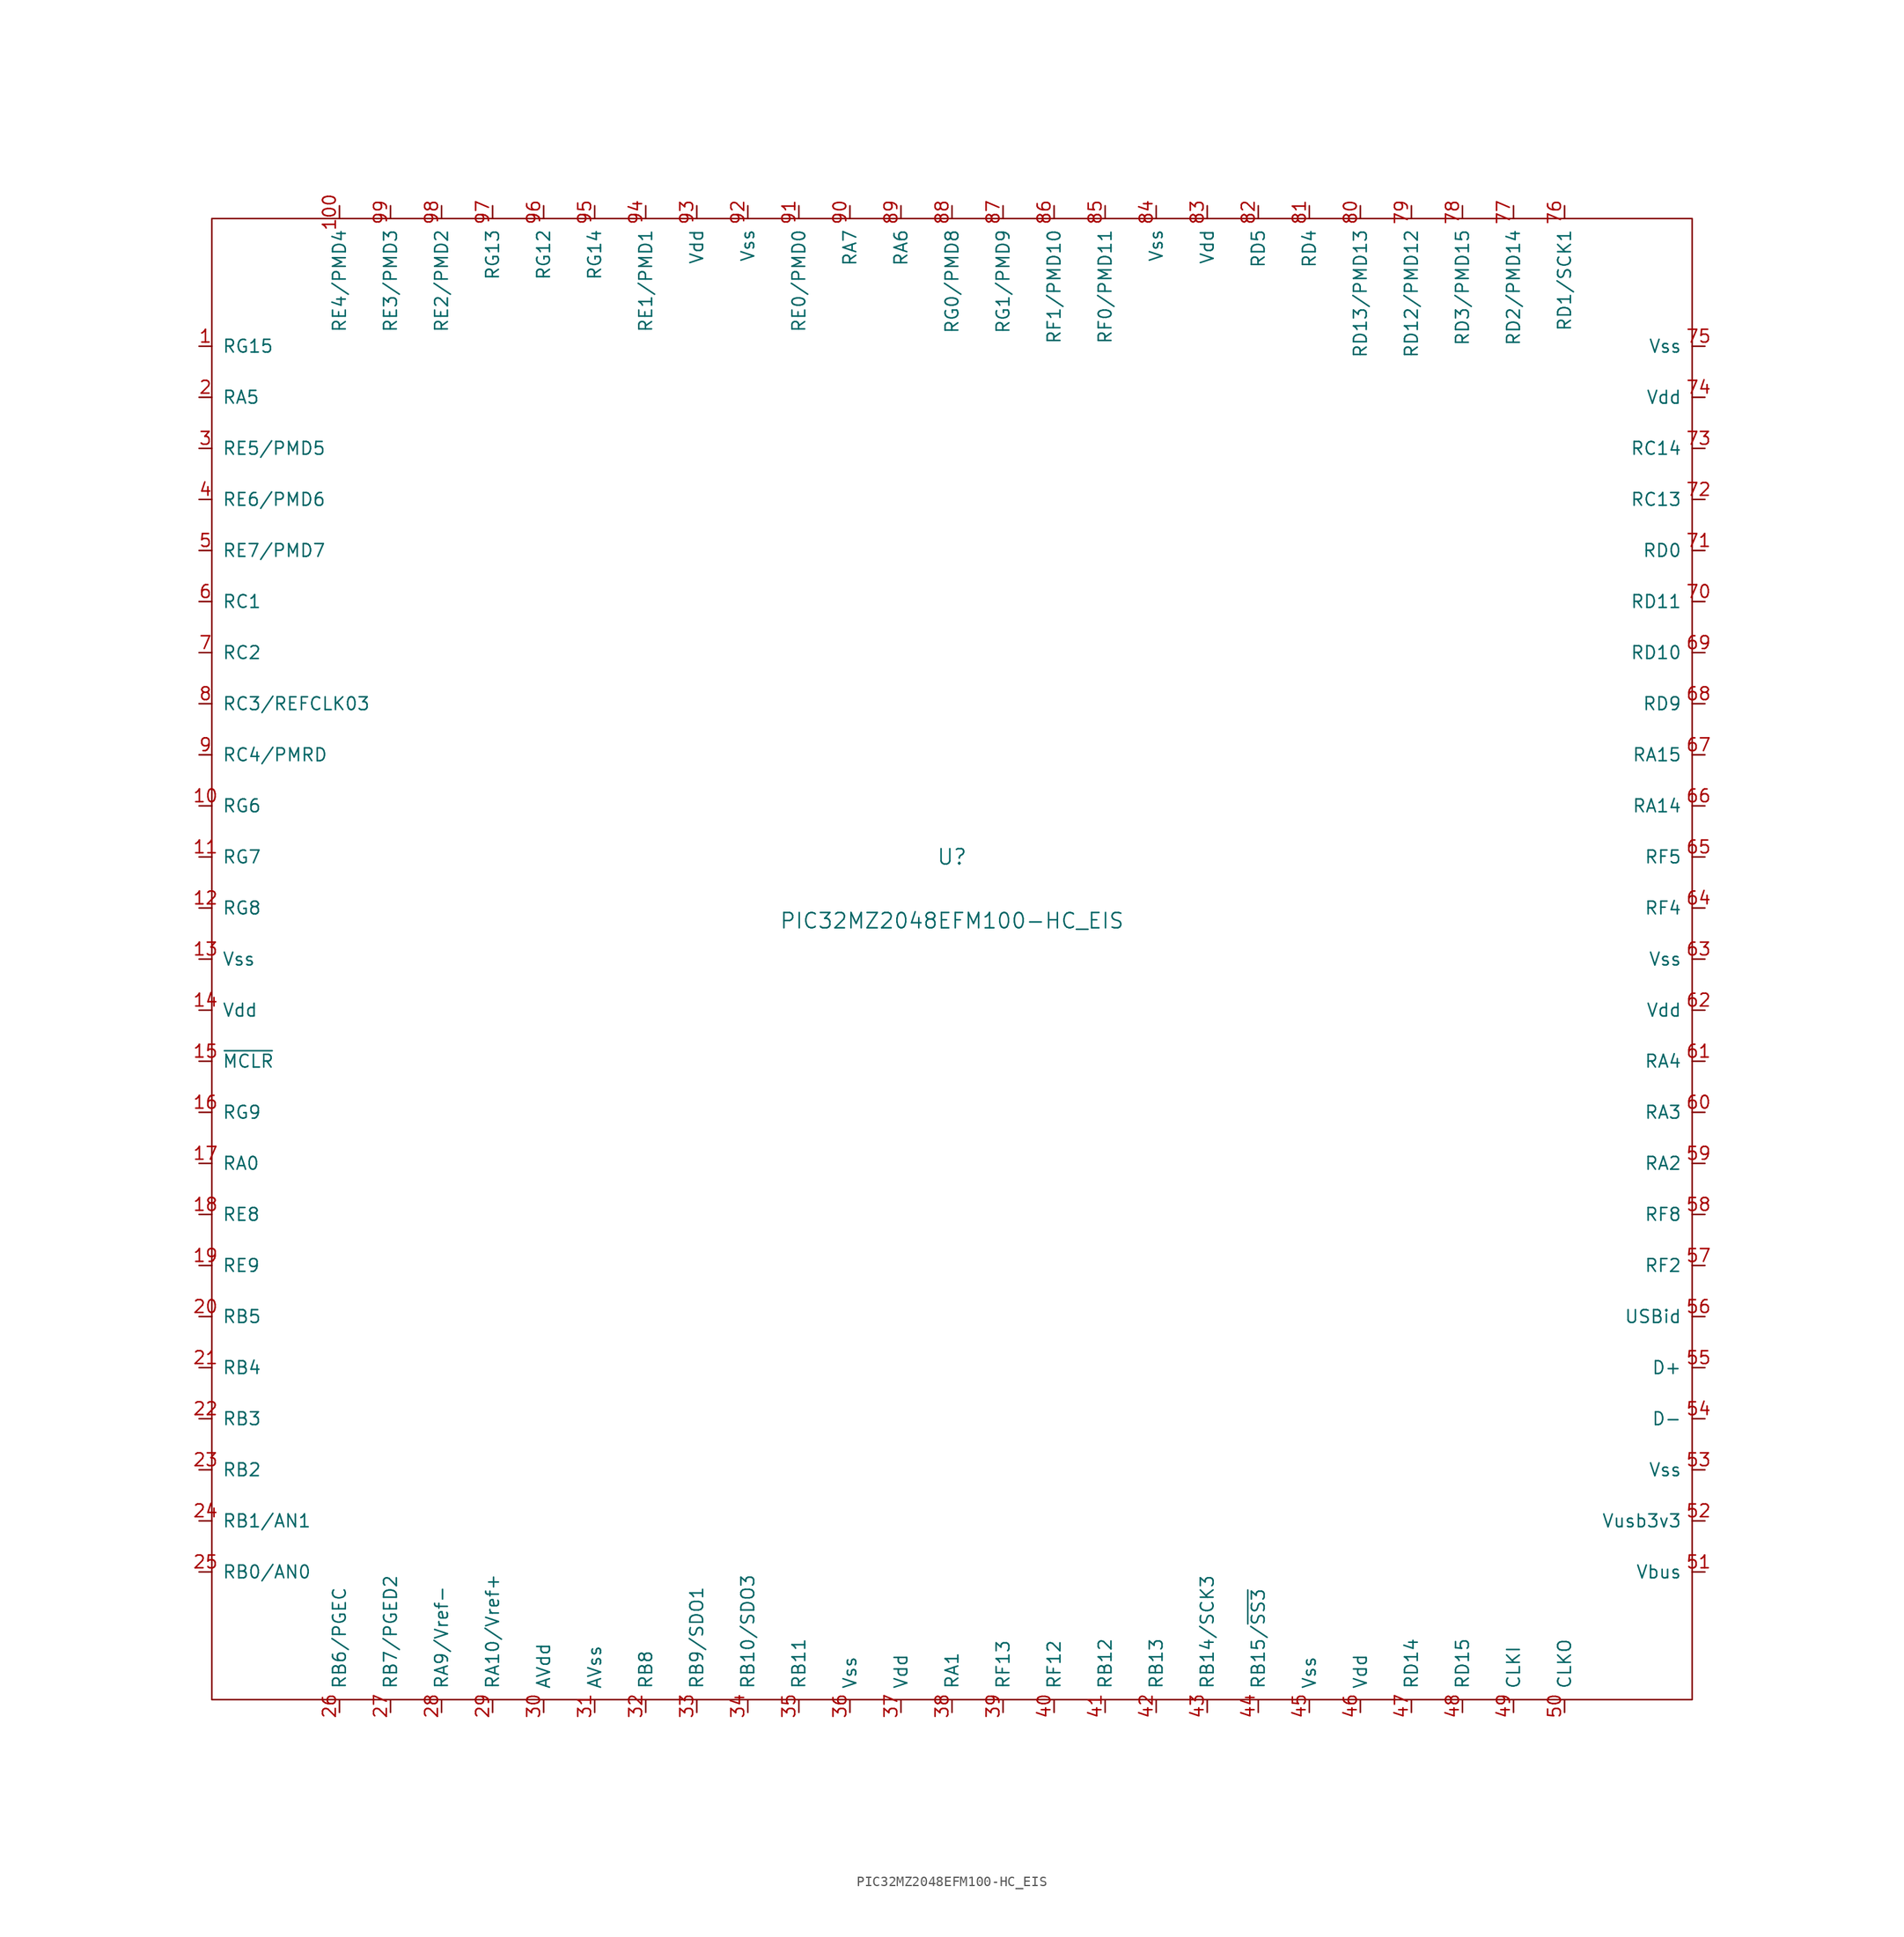
<source format=kicad_sym>
(kicad_symbol_lib
  (version 20211014)
  (generator kicad_symbol_editor)
  (symbol "PIC32MZ2048EFM100-HC_EIS"
    (pin_names
      (offset 1.016))
    (property "Reference" "U"
      (at 0 6.35 0)
      (effects (font (size 1.524 1.524))))
    (property "Value" "PIC32MZ2048EFM100-HC_EIS"
      (at 0 0 0)
      (effects (font (size 1.524 1.524))))
    (symbol "PIC32MZ2048EFM100-HC_EIS_0_1"
      (rectangle (start -73.66 69.85) (end 73.66 -77.47) (stroke (width 0) (type default) (color 0 0 0 0)) (fill (type none))))
    (symbol "PIC32MZ2048EFM100-HC_EIS_1_1"
      (pin bidirectional line (at -74.93 57.15 0) (length 1.27) (name "RG15" (effects (font (size 1.27 1.27)))) (number "1" (effects (font (size 1.27 1.27)))))
      (pin bidirectional line (at -74.93 11.43 0) (length 1.27) (name "RG6" (effects (font (size 1.27 1.27)))) (number "10" (effects (font (size 1.27 1.27)))))
      (pin bidirectional line (at -60.96 71.12 270) (length 1.27) (name "RE4/PMD4" (effects (font (size 1.27 1.27)))) (number "100" (effects (font (size 1.27 1.27)))))
      (pin bidirectional line (at -74.93 6.35 0) (length 1.27) (name "RG7" (effects (font (size 1.27 1.27)))) (number "11" (effects (font (size 1.27 1.27)))))
      (pin bidirectional line (at -74.93 1.27 0) (length 1.27) (name "RG8" (effects (font (size 1.27 1.27)))) (number "12" (effects (font (size 1.27 1.27)))))
      (pin bidirectional line (at -74.93 -3.81 0) (length 1.27) (name "Vss" (effects (font (size 1.27 1.27)))) (number "13" (effects (font (size 1.27 1.27)))))
      (pin bidirectional line (at -74.93 -8.89 0) (length 1.27) (name "Vdd" (effects (font (size 1.27 1.27)))) (number "14" (effects (font (size 1.27 1.27)))))
      (pin bidirectional line (at -74.93 -13.97 0) (length 1.27) (name "~{MCLR}" (effects (font (size 1.27 1.27)))) (number "15" (effects (font (size 1.27 1.27)))))
      (pin bidirectional line (at -74.93 -19.05 0) (length 1.27) (name "RG9" (effects (font (size 1.27 1.27)))) (number "16" (effects (font (size 1.27 1.27)))))
      (pin bidirectional line (at -74.93 -24.13 0) (length 1.27) (name "RA0" (effects (font (size 1.27 1.27)))) (number "17" (effects (font (size 1.27 1.27)))))
      (pin bidirectional line (at -74.93 -29.21 0) (length 1.27) (name "RE8" (effects (font (size 1.27 1.27)))) (number "18" (effects (font (size 1.27 1.27)))))
      (pin bidirectional line (at -74.93 -34.29 0) (length 1.27) (name "RE9" (effects (font (size 1.27 1.27)))) (number "19" (effects (font (size 1.27 1.27)))))
      (pin bidirectional line (at -74.93 52.07 0) (length 1.27) (name "RA5" (effects (font (size 1.27 1.27)))) (number "2" (effects (font (size 1.27 1.27)))))
      (pin bidirectional line (at -74.93 -39.37 0) (length 1.27) (name "RB5" (effects (font (size 1.27 1.27)))) (number "20" (effects (font (size 1.27 1.27)))))
      (pin bidirectional line (at -74.93 -44.45 0) (length 1.27) (name "RB4" (effects (font (size 1.27 1.27)))) (number "21" (effects (font (size 1.27 1.27)))))
      (pin bidirectional line (at -74.93 -49.53 0) (length 1.27) (name "RB3" (effects (font (size 1.27 1.27)))) (number "22" (effects (font (size 1.27 1.27)))))
      (pin bidirectional line (at -74.93 -54.61 0) (length 1.27) (name "RB2" (effects (font (size 1.27 1.27)))) (number "23" (effects (font (size 1.27 1.27)))))
      (pin bidirectional line (at -74.93 -59.69 0) (length 1.27) (name "RB1/AN1" (effects (font (size 1.27 1.27)))) (number "24" (effects (font (size 1.27 1.27)))))
      (pin bidirectional line (at -74.93 -64.77 0) (length 1.27) (name "RB0/AN0" (effects (font (size 1.27 1.27)))) (number "25" (effects (font (size 1.27 1.27)))))
      (pin bidirectional line (at -60.96 -78.74 90) (length 1.27) (name "RB6/PGEC" (effects (font (size 1.27 1.27)))) (number "26" (effects (font (size 1.27 1.27)))))
      (pin bidirectional line (at -55.88 -78.74 90) (length 1.27) (name "RB7/PGED2" (effects (font (size 1.27 1.27)))) (number "27" (effects (font (size 1.27 1.27)))))
      (pin bidirectional line (at -50.8 -78.74 90) (length 1.27) (name "RA9/Vref-" (effects (font (size 1.27 1.27)))) (number "28" (effects (font (size 1.27 1.27)))))
      (pin bidirectional line (at -45.72 -78.74 90) (length 1.27) (name "RA10/Vref+" (effects (font (size 1.27 1.27)))) (number "29" (effects (font (size 1.27 1.27)))))
      (pin bidirectional line (at -74.93 46.99 0) (length 1.27) (name "RE5/PMD5" (effects (font (size 1.27 1.27)))) (number "3" (effects (font (size 1.27 1.27)))))
      (pin bidirectional line (at -40.64 -78.74 90) (length 1.27) (name "AVdd" (effects (font (size 1.27 1.27)))) (number "30" (effects (font (size 1.27 1.27)))))
      (pin bidirectional line (at -35.56 -78.74 90) (length 1.27) (name "AVss" (effects (font (size 1.27 1.27)))) (number "31" (effects (font (size 1.27 1.27)))))
      (pin bidirectional line (at -30.48 -78.74 90) (length 1.27) (name "RB8" (effects (font (size 1.27 1.27)))) (number "32" (effects (font (size 1.27 1.27)))))
      (pin bidirectional line (at -25.4 -78.74 90) (length 1.27) (name "RB9/SDO1" (effects (font (size 1.27 1.27)))) (number "33" (effects (font (size 1.27 1.27)))))
      (pin bidirectional line (at -20.32 -78.74 90) (length 1.27) (name "RB10/SDO3" (effects (font (size 1.27 1.27)))) (number "34" (effects (font (size 1.27 1.27)))))
      (pin bidirectional line (at -15.24 -78.74 90) (length 1.27) (name "RB11" (effects (font (size 1.27 1.27)))) (number "35" (effects (font (size 1.27 1.27)))))
      (pin bidirectional line (at -10.16 -78.74 90) (length 1.27) (name "Vss" (effects (font (size 1.27 1.27)))) (number "36" (effects (font (size 1.27 1.27)))))
      (pin bidirectional line (at -5.08 -78.74 90) (length 1.27) (name "Vdd" (effects (font (size 1.27 1.27)))) (number "37" (effects (font (size 1.27 1.27)))))
      (pin bidirectional line (at 0 -78.74 90) (length 1.27) (name "RA1" (effects (font (size 1.27 1.27)))) (number "38" (effects (font (size 1.27 1.27)))))
      (pin bidirectional line (at 5.08 -78.74 90) (length 1.27) (name "RF13" (effects (font (size 1.27 1.27)))) (number "39" (effects (font (size 1.27 1.27)))))
      (pin bidirectional line (at -74.93 41.91 0) (length 1.27) (name "RE6/PMD6" (effects (font (size 1.27 1.27)))) (number "4" (effects (font (size 1.27 1.27)))))
      (pin bidirectional line (at 10.16 -78.74 90) (length 1.27) (name "RF12" (effects (font (size 1.27 1.27)))) (number "40" (effects (font (size 1.27 1.27)))))
      (pin bidirectional line (at 15.24 -78.74 90) (length 1.27) (name "RB12" (effects (font (size 1.27 1.27)))) (number "41" (effects (font (size 1.27 1.27)))))
      (pin bidirectional line (at 20.32 -78.74 90) (length 1.27) (name "RB13" (effects (font (size 1.27 1.27)))) (number "42" (effects (font (size 1.27 1.27)))))
      (pin bidirectional line (at 25.4 -78.74 90) (length 1.27) (name "RB14/SCK3" (effects (font (size 1.27 1.27)))) (number "43" (effects (font (size 1.27 1.27)))))
      (pin bidirectional line (at 30.48 -78.74 90) (length 1.27) (name "RB15/~{SS3}" (effects (font (size 1.27 1.27)))) (number "44" (effects (font (size 1.27 1.27)))))
      (pin bidirectional line (at 35.56 -78.74 90) (length 1.27) (name "Vss" (effects (font (size 1.27 1.27)))) (number "45" (effects (font (size 1.27 1.27)))))
      (pin bidirectional line (at 40.64 -78.74 90) (length 1.27) (name "Vdd" (effects (font (size 1.27 1.27)))) (number "46" (effects (font (size 1.27 1.27)))))
      (pin bidirectional line (at 45.72 -78.74 90) (length 1.27) (name "RD14" (effects (font (size 1.27 1.27)))) (number "47" (effects (font (size 1.27 1.27)))))
      (pin bidirectional line (at 50.8 -78.74 90) (length 1.27) (name "RD15" (effects (font (size 1.27 1.27)))) (number "48" (effects (font (size 1.27 1.27)))))
      (pin bidirectional line (at 55.88 -78.74 90) (length 1.27) (name "CLKI" (effects (font (size 1.27 1.27)))) (number "49" (effects (font (size 1.27 1.27)))))
      (pin bidirectional line (at -74.93 36.83 0) (length 1.27) (name "RE7/PMD7" (effects (font (size 1.27 1.27)))) (number "5" (effects (font (size 1.27 1.27)))))
      (pin bidirectional line (at 60.96 -78.74 90) (length 1.27) (name "CLKO" (effects (font (size 1.27 1.27)))) (number "50" (effects (font (size 1.27 1.27)))))
      (pin bidirectional line (at 74.93 -64.77 180) (length 1.27) (name "Vbus" (effects (font (size 1.27 1.27)))) (number "51" (effects (font (size 1.27 1.27)))))
      (pin bidirectional line (at 74.93 -59.69 180) (length 1.27) (name "Vusb3v3" (effects (font (size 1.27 1.27)))) (number "52" (effects (font (size 1.27 1.27)))))
      (pin bidirectional line (at 74.93 -54.61 180) (length 1.27) (name "Vss" (effects (font (size 1.27 1.27)))) (number "53" (effects (font (size 1.27 1.27)))))
      (pin bidirectional line (at 74.93 -49.53 180) (length 1.27) (name "D-" (effects (font (size 1.27 1.27)))) (number "54" (effects (font (size 1.27 1.27)))))
      (pin bidirectional line (at 74.93 -44.45 180) (length 1.27) (name "D+" (effects (font (size 1.27 1.27)))) (number "55" (effects (font (size 1.27 1.27)))))
      (pin bidirectional line (at 74.93 -39.37 180) (length 1.27) (name "USBid" (effects (font (size 1.27 1.27)))) (number "56" (effects (font (size 1.27 1.27)))))
      (pin bidirectional line (at 74.93 -34.29 180) (length 1.27) (name "RF2" (effects (font (size 1.27 1.27)))) (number "57" (effects (font (size 1.27 1.27)))))
      (pin bidirectional line (at 74.93 -29.21 180) (length 1.27) (name "RF8" (effects (font (size 1.27 1.27)))) (number "58" (effects (font (size 1.27 1.27)))))
      (pin bidirectional line (at 74.93 -24.13 180) (length 1.27) (name "RA2" (effects (font (size 1.27 1.27)))) (number "59" (effects (font (size 1.27 1.27)))))
      (pin bidirectional line (at -74.93 31.75 0) (length 1.27) (name "RC1" (effects (font (size 1.27 1.27)))) (number "6" (effects (font (size 1.27 1.27)))))
      (pin bidirectional line (at 74.93 -19.05 180) (length 1.27) (name "RA3" (effects (font (size 1.27 1.27)))) (number "60" (effects (font (size 1.27 1.27)))))
      (pin bidirectional line (at 74.93 -13.97 180) (length 1.27) (name "RA4" (effects (font (size 1.27 1.27)))) (number "61" (effects (font (size 1.27 1.27)))))
      (pin bidirectional line (at 74.93 -8.89 180) (length 1.27) (name "Vdd" (effects (font (size 1.27 1.27)))) (number "62" (effects (font (size 1.27 1.27)))))
      (pin bidirectional line (at 74.93 -3.81 180) (length 1.27) (name "Vss" (effects (font (size 1.27 1.27)))) (number "63" (effects (font (size 1.27 1.27)))))
      (pin bidirectional line (at 74.93 1.27 180) (length 1.27) (name "RF4" (effects (font (size 1.27 1.27)))) (number "64" (effects (font (size 1.27 1.27)))))
      (pin bidirectional line (at 74.93 6.35 180) (length 1.27) (name "RF5" (effects (font (size 1.27 1.27)))) (number "65" (effects (font (size 1.27 1.27)))))
      (pin bidirectional line (at 74.93 11.43 180) (length 1.27) (name "RA14" (effects (font (size 1.27 1.27)))) (number "66" (effects (font (size 1.27 1.27)))))
      (pin bidirectional line (at 74.93 16.51 180) (length 1.27) (name "RA15" (effects (font (size 1.27 1.27)))) (number "67" (effects (font (size 1.27 1.27)))))
      (pin bidirectional line (at 74.93 21.59 180) (length 1.27) (name "RD9" (effects (font (size 1.27 1.27)))) (number "68" (effects (font (size 1.27 1.27)))))
      (pin bidirectional line (at 74.93 26.67 180) (length 1.27) (name "RD10" (effects (font (size 1.27 1.27)))) (number "69" (effects (font (size 1.27 1.27)))))
      (pin bidirectional line (at -74.93 26.67 0) (length 1.27) (name "RC2" (effects (font (size 1.27 1.27)))) (number "7" (effects (font (size 1.27 1.27)))))
      (pin bidirectional line (at 74.93 31.75 180) (length 1.27) (name "RD11" (effects (font (size 1.27 1.27)))) (number "70" (effects (font (size 1.27 1.27)))))
      (pin bidirectional line (at 74.93 36.83 180) (length 1.27) (name "RD0" (effects (font (size 1.27 1.27)))) (number "71" (effects (font (size 1.27 1.27)))))
      (pin bidirectional line (at 74.93 41.91 180) (length 1.27) (name "RC13" (effects (font (size 1.27 1.27)))) (number "72" (effects (font (size 1.27 1.27)))))
      (pin bidirectional line (at 74.93 46.99 180) (length 1.27) (name "RC14" (effects (font (size 1.27 1.27)))) (number "73" (effects (font (size 1.27 1.27)))))
      (pin bidirectional line (at 74.93 52.07 180) (length 1.27) (name "Vdd" (effects (font (size 1.27 1.27)))) (number "74" (effects (font (size 1.27 1.27)))))
      (pin bidirectional line (at 74.93 57.15 180) (length 1.27) (name "Vss" (effects (font (size 1.27 1.27)))) (number "75" (effects (font (size 1.27 1.27)))))
      (pin bidirectional line (at 60.96 71.12 270) (length 1.27) (name "RD1/SCK1" (effects (font (size 1.27 1.27)))) (number "76" (effects (font (size 1.27 1.27)))))
      (pin bidirectional line (at 55.88 71.12 270) (length 1.27) (name "RD2/PMD14" (effects (font (size 1.27 1.27)))) (number "77" (effects (font (size 1.27 1.27)))))
      (pin bidirectional line (at 50.8 71.12 270) (length 1.27) (name "RD3/PMD15" (effects (font (size 1.27 1.27)))) (number "78" (effects (font (size 1.27 1.27)))))
      (pin bidirectional line (at 45.72 71.12 270) (length 1.27) (name "RD12/PMD12" (effects (font (size 1.27 1.27)))) (number "79" (effects (font (size 1.27 1.27)))))
      (pin bidirectional line (at -74.93 21.59 0) (length 1.27) (name "RC3/REFCLK03" (effects (font (size 1.27 1.27)))) (number "8" (effects (font (size 1.27 1.27)))))
      (pin bidirectional line (at 40.64 71.12 270) (length 1.27) (name "RD13/PMD13" (effects (font (size 1.27 1.27)))) (number "80" (effects (font (size 1.27 1.27)))))
      (pin bidirectional line (at 35.56 71.12 270) (length 1.27) (name "RD4" (effects (font (size 1.27 1.27)))) (number "81" (effects (font (size 1.27 1.27)))))
      (pin bidirectional line (at 30.48 71.12 270) (length 1.27) (name "RD5" (effects (font (size 1.27 1.27)))) (number "82" (effects (font (size 1.27 1.27)))))
      (pin bidirectional line (at 25.4 71.12 270) (length 1.27) (name "Vdd" (effects (font (size 1.27 1.27)))) (number "83" (effects (font (size 1.27 1.27)))))
      (pin bidirectional line (at 20.32 71.12 270) (length 1.27) (name "Vss" (effects (font (size 1.27 1.27)))) (number "84" (effects (font (size 1.27 1.27)))))
      (pin bidirectional line (at 15.24 71.12 270) (length 1.27) (name "RF0/PMD11" (effects (font (size 1.27 1.27)))) (number "85" (effects (font (size 1.27 1.27)))))
      (pin bidirectional line (at 10.16 71.12 270) (length 1.27) (name "RF1/PMD10" (effects (font (size 1.27 1.27)))) (number "86" (effects (font (size 1.27 1.27)))))
      (pin bidirectional line (at 5.08 71.12 270) (length 1.27) (name "RG1/PMD9" (effects (font (size 1.27 1.27)))) (number "87" (effects (font (size 1.27 1.27)))))
      (pin bidirectional line (at 0 71.12 270) (length 1.27) (name "RG0/PMD8" (effects (font (size 1.27 1.27)))) (number "88" (effects (font (size 1.27 1.27)))))
      (pin bidirectional line (at -5.08 71.12 270) (length 1.27) (name "RA6" (effects (font (size 1.27 1.27)))) (number "89" (effects (font (size 1.27 1.27)))))
      (pin bidirectional line (at -74.93 16.51 0) (length 1.27) (name "RC4/PMRD" (effects (font (size 1.27 1.27)))) (number "9" (effects (font (size 1.27 1.27)))))
      (pin bidirectional line (at -10.16 71.12 270) (length 1.27) (name "RA7" (effects (font (size 1.27 1.27)))) (number "90" (effects (font (size 1.27 1.27)))))
      (pin bidirectional line (at -15.24 71.12 270) (length 1.27) (name "RE0/PMD0" (effects (font (size 1.27 1.27)))) (number "91" (effects (font (size 1.27 1.27)))))
      (pin bidirectional line (at -20.32 71.12 270) (length 1.27) (name "Vss" (effects (font (size 1.27 1.27)))) (number "92" (effects (font (size 1.27 1.27)))))
      (pin bidirectional line (at -25.4 71.12 270) (length 1.27) (name "Vdd" (effects (font (size 1.27 1.27)))) (number "93" (effects (font (size 1.27 1.27)))))
      (pin bidirectional line (at -30.48 71.12 270) (length 1.27) (name "RE1/PMD1" (effects (font (size 1.27 1.27)))) (number "94" (effects (font (size 1.27 1.27)))))
      (pin bidirectional line (at -35.56 71.12 270) (length 1.27) (name "RG14" (effects (font (size 1.27 1.27)))) (number "95" (effects (font (size 1.27 1.27)))))
      (pin bidirectional line (at -40.64 71.12 270) (length 1.27) (name "RG12" (effects (font (size 1.27 1.27)))) (number "96" (effects (font (size 1.27 1.27)))))
      (pin bidirectional line (at -45.72 71.12 270) (length 1.27) (name "RG13" (effects (font (size 1.27 1.27)))) (number "97" (effects (font (size 1.27 1.27)))))
      (pin bidirectional line (at -50.8 71.12 270) (length 1.27) (name "RE2/PMD2" (effects (font (size 1.27 1.27)))) (number "98" (effects (font (size 1.27 1.27)))))
      (pin bidirectional line (at -55.88 71.12 270) (length 1.27) (name "RE3/PMD3" (effects (font (size 1.27 1.27)))) (number "99" (effects (font (size 1.27 1.27))))))))
</source>
